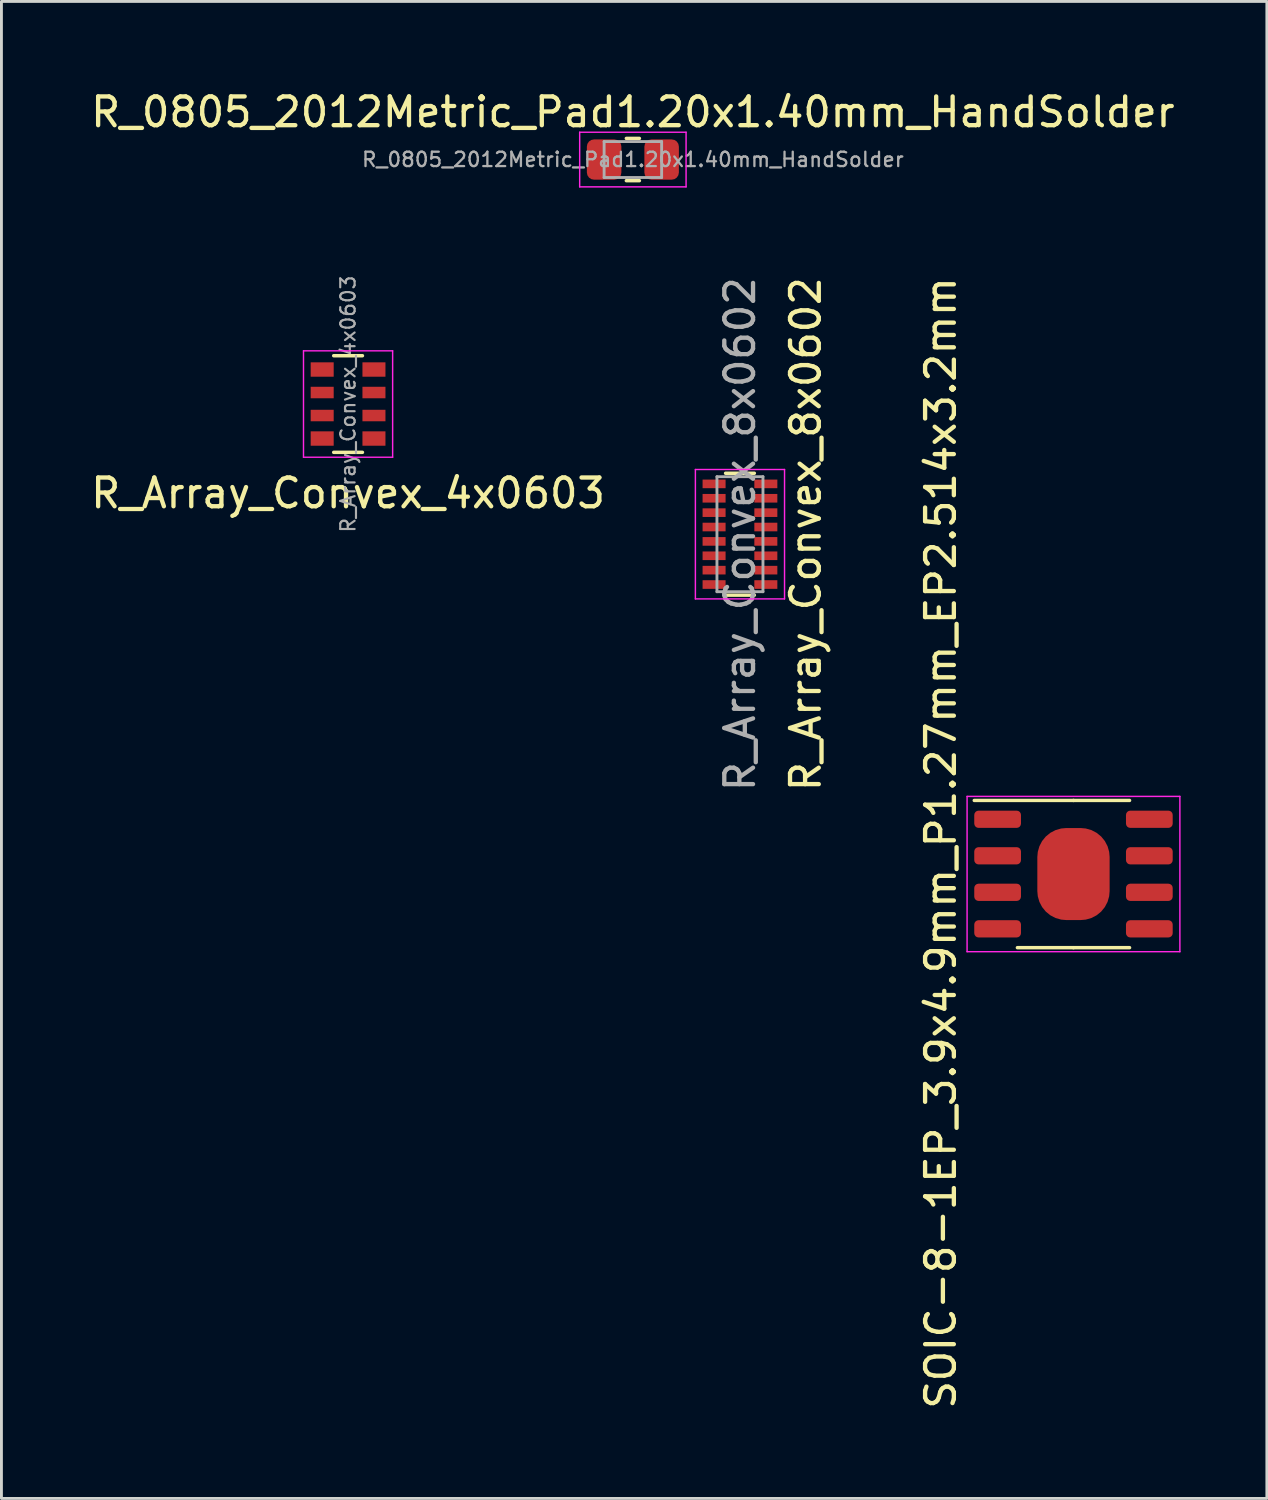
<source format=kicad_pcb>
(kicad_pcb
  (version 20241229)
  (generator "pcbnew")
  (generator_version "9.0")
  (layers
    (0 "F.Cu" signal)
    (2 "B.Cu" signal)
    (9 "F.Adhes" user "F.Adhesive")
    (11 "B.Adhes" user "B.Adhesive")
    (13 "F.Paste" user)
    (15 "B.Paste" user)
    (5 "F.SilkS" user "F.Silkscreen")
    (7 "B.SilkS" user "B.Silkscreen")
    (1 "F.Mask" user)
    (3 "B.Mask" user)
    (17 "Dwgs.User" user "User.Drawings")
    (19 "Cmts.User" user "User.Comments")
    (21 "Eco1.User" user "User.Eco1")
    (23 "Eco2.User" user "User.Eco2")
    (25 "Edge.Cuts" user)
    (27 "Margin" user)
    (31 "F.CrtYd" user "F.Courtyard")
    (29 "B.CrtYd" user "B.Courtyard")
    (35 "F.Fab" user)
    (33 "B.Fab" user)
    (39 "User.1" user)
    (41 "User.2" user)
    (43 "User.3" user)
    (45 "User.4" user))
  (footprint "R_0805_2012Metric_Pad1.20x1.40mm_HandSolder"
    (layer "F.Cu")
    (at 18.958 2.498)
    (property "Reference" "R_0805_2012Metric_Pad1.20x1.40mm_HandSolder" (at 0 -1.65 0) (layer "F.SilkS") (effects (font (size 1 1) (thickness 0.15))))
    (attr smd)
    (fp_line (start -0.227 -0.735) (end 0.227 -0.735) (stroke (width 0.12) (type solid)) (layer "F.SilkS"))
    (fp_line (start -0.227 0.735) (end 0.227 0.735) (stroke (width 0.12) (type solid)) (layer "F.SilkS"))
    (fp_line (start -1.85 -0.95) (end 1.85 -0.95) (stroke (width 0.05) (type solid)) (layer "F.CrtYd"))
    (fp_line (start -1.85 0.95) (end -1.85 -0.95) (stroke (width 0.05) (type solid)) (layer "F.CrtYd"))
    (fp_line (start 1.85 -0.95) (end 1.85 0.95) (stroke (width 0.05) (type solid)) (layer "F.CrtYd"))
    (fp_line (start 1.85 0.95) (end -1.85 0.95) (stroke (width 0.05) (type solid)) (layer "F.CrtYd"))
    (fp_line (start -1 -0.625) (end 1 -0.625) (stroke (width 0.1) (type solid)) (layer "F.Fab"))
    (fp_line (start -1 0.625) (end -1 -0.625) (stroke (width 0.1) (type solid)) (layer "F.Fab"))
    (fp_line (start 1 -0.625) (end 1 0.625) (stroke (width 0.1) (type solid)) (layer "F.Fab"))
    (fp_line (start 1 0.625) (end -1 0.625) (stroke (width 0.1) (type solid)) (layer "F.Fab"))
    (fp_text user "${REFERENCE}" (at 0 0 0) (layer "F.Fab") (effects (font (size 0.5 0.5) (thickness 0.08))))
    (pad "1" smd roundrect (at -1 0 180) (size 1.2 1.4) (layers "F.Cu" "F.Mask" "F.Paste") (roundrect_rratio 0.208))
    (pad "2" smd roundrect (at 1 0 180) (size 1.2 1.4) (layers "F.Cu" "F.Mask" "F.Paste") (roundrect_rratio 0.208)))
  (footprint "R_Array_Convex_4x0603"
    (layer "F.Cu")
    (at 9.054 11)
    (property "Reference" "R_Array_Convex_4x0603" (at 0 3.1 0) (layer "F.SilkS") (effects (font (size 1 1) (thickness 0.15))))
    (attr smd allow_soldermask_bridges)
    (fp_line (start 0.5 -1.68) (end -0.5 -1.68) (stroke (width 0.12) (type solid)) (layer "F.SilkS"))
    (fp_line (start 0.5 1.68) (end -0.5 1.68) (stroke (width 0.12) (type solid)) (layer "F.SilkS"))
    (fp_line (start -1.55 -1.85) (end -1.55 1.85) (stroke (width 0.05) (type solid)) (layer "F.CrtYd"))
    (fp_line (start -1.55 -1.85) (end 1.55 -1.85) (stroke (width 0.05) (type solid)) (layer "F.CrtYd"))
    (fp_line (start 1.55 1.85) (end -1.55 1.85) (stroke (width 0.05) (type solid)) (layer "F.CrtYd"))
    (fp_line (start 1.55 1.85) (end 1.55 -1.85) (stroke (width 0.05) (type solid)) (layer "F.CrtYd"))
    (fp_text user "${REFERENCE}" (at 0 0 90) (layer "F.Fab") (effects (font (size 0.5 0.5) (thickness 0.075))))
    (pad "1" smd rect (at -0.9 -1.2) (size 0.8 0.5) (layers "F.Cu" "F.Mask" "F.Paste"))
    (pad "2" smd rect (at -0.9 -0.4) (size 0.8 0.4) (layers "F.Cu" "F.Mask" "F.Paste"))
    (pad "3" smd rect (at -0.9 0.4) (size 0.8 0.4) (layers "F.Cu" "F.Mask" "F.Paste"))
    (pad "4" smd rect (at -0.9 1.2) (size 0.8 0.5) (layers "F.Cu" "F.Mask" "F.Paste"))
    (pad "5" smd rect (at 0.9 1.2) (size 0.8 0.5) (layers "F.Cu" "F.Mask" "F.Paste"))
    (pad "6" smd rect (at 0.9 0.4) (size 0.8 0.4) (layers "F.Cu" "F.Mask" "F.Paste"))
    (pad "7" smd rect (at 0.9 -0.4) (size 0.8 0.4) (layers "F.Cu" "F.Mask" "F.Paste"))
    (pad "8" smd rect (at 0.9 -1.2) (size 0.8 0.5) (layers "F.Cu" "F.Mask" "F.Paste")))
  (footprint "R_Array_Convex_8x0602"
    (layer "F.Cu")
    (at 22.682 15.527)
    (property "Reference" "R_Array_Convex_8x0602" (at 2.286 0 90) (layer "F.SilkS") (effects (font (size 1 1) (thickness 0.15))))
    (attr smd allow_soldermask_bridges)
    (fp_line (start 0.5 -2.12) (end -0.5 -2.12) (stroke (width 0.12) (type solid)) (layer "F.SilkS"))
    (fp_line (start 0.5 2.12) (end -0.5 2.12) (stroke (width 0.12) (type solid)) (layer "F.SilkS"))
    (fp_line (start -1.55 -2.25) (end -1.55 2.25) (stroke (width 0.05) (type solid)) (layer "F.CrtYd"))
    (fp_line (start -1.55 -2.25) (end 1.55 -2.25) (stroke (width 0.05) (type solid)) (layer "F.CrtYd"))
    (fp_line (start 1.55 2.25) (end -1.55 2.25) (stroke (width 0.05) (type solid)) (layer "F.CrtYd"))
    (fp_line (start 1.55 2.25) (end 1.55 -2.25) (stroke (width 0.05) (type solid)) (layer "F.CrtYd"))
    (fp_line (start -0.8 -2) (end -0.8 2) (stroke (width 0.1) (type solid)) (layer "F.Fab"))
    (fp_line (start -0.8 2) (end 0.8 2) (stroke (width 0.1) (type solid)) (layer "F.Fab"))
    (fp_line (start 0.8 -2) (end -0.8 -2) (stroke (width 0.1) (type solid)) (layer "F.Fab"))
    (fp_line (start 0.8 2) (end 0.8 -2) (stroke (width 0.1) (type solid)) (layer "F.Fab"))
    (fp_text user "${REFERENCE}" (at 0 0 90) (layer "F.Fab") (effects (font (size 1 1) (thickness 0.15))))
    (pad "1" smd rect (at -0.9 -1.75) (size 0.8 0.3) (layers "F.Cu" "F.Mask" "F.Paste"))
    (pad "2" smd rect (at -0.9 -1.25) (size 0.8 0.3) (layers "F.Cu" "F.Mask" "F.Paste"))
    (pad "3" smd rect (at -0.9 -0.75) (size 0.8 0.3) (layers "F.Cu" "F.Mask" "F.Paste"))
    (pad "4" smd rect (at -0.9 -0.25) (size 0.8 0.3) (layers "F.Cu" "F.Mask" "F.Paste"))
    (pad "5" smd rect (at -0.9 0.25) (size 0.8 0.3) (layers "F.Cu" "F.Mask" "F.Paste"))
    (pad "6" smd rect (at -0.9 0.75) (size 0.8 0.3) (layers "F.Cu" "F.Mask" "F.Paste"))
    (pad "7" smd rect (at -0.9 1.25) (size 0.8 0.3) (layers "F.Cu" "F.Mask" "F.Paste"))
    (pad "8" smd rect (at -0.9 1.75) (size 0.8 0.3) (layers "F.Cu" "F.Mask" "F.Paste"))
    (pad "9" smd rect (at 0.9 1.75) (size 0.8 0.3) (layers "F.Cu" "F.Mask" "F.Paste"))
    (pad "10" smd rect (at 0.9 1.25) (size 0.8 0.3) (layers "F.Cu" "F.Mask" "F.Paste"))
    (pad "11" smd rect (at 0.9 0.75) (size 0.8 0.3) (layers "F.Cu" "F.Mask" "F.Paste"))
    (pad "12" smd rect (at 0.9 0.25) (size 0.8 0.3) (layers "F.Cu" "F.Mask" "F.Paste"))
    (pad "13" smd rect (at 0.9 -0.25) (size 0.8 0.3) (layers "F.Cu" "F.Mask" "F.Paste"))
    (pad "14" smd rect (at 0.9 -0.75) (size 0.8 0.3) (layers "F.Cu" "F.Mask" "F.Paste"))
    (pad "15" smd rect (at 0.9 -1.25) (size 0.8 0.3) (layers "F.Cu" "F.Mask" "F.Paste"))
    (pad "16" smd rect (at 0.9 -1.75) (size 0.8 0.3) (layers "F.Cu" "F.Mask" "F.Paste")))
  (footprint "SOIC-8-1EP_3.9x4.9mm_P1.27mm_EP2.514x3.2mm"
    (layer "F.Cu")
    (at 34.28 27.345)
    (property "Reference" "SOIC-8-1EP_3.9x4.9mm_P1.27mm_EP2.514x3.2mm" (at -4.615 -1.08 90) (layer "F.SilkS") (effects (font (size 1 1) (thickness 0.15))))
    (attr smd)
    (fp_line (start 0 -2.56) (end -3.45 -2.56) (stroke (width 0.12) (type solid)) (layer "F.SilkS"))
    (fp_line (start 0 -2.56) (end 1.95 -2.56) (stroke (width 0.12) (type solid)) (layer "F.SilkS"))
    (fp_line (start 0 2.56) (end -1.95 2.56) (stroke (width 0.12) (type solid)) (layer "F.SilkS"))
    (fp_line (start 0 2.56) (end 1.95 2.56) (stroke (width 0.12) (type solid)) (layer "F.SilkS"))
    (fp_line (start -3.7 -2.7) (end -3.7 2.7) (stroke (width 0.05) (type solid)) (layer "F.CrtYd"))
    (fp_line (start -3.7 2.7) (end 3.7 2.7) (stroke (width 0.05) (type solid)) (layer "F.CrtYd"))
    (fp_line (start 3.7 -2.7) (end -3.7 -2.7) (stroke (width 0.05) (type solid)) (layer "F.CrtYd"))
    (fp_line (start 3.7 2.7) (end 3.7 -2.7) (stroke (width 0.05) (type solid)) (layer "F.CrtYd"))
    (pad "1" smd roundrect (at -2.638 -1.905) (size 1.625 0.6) (layers "F.Cu" "F.Mask" "F.Paste") (roundrect_rratio 0.25))
    (pad "2" smd roundrect (at -2.638 -0.635) (size 1.625 0.6) (layers "F.Cu" "F.Mask" "F.Paste") (roundrect_rratio 0.25))
    (pad "3" smd roundrect (at -2.638 0.635) (size 1.625 0.6) (layers "F.Cu" "F.Mask" "F.Paste") (roundrect_rratio 0.25))
    (pad "4" smd roundrect (at -2.638 1.905) (size 1.625 0.6) (layers "F.Cu" "F.Mask" "F.Paste") (roundrect_rratio 0.25))
    (pad "5" smd roundrect (at 2.638 1.905) (size 1.625 0.6) (layers "F.Cu" "F.Mask" "F.Paste") (roundrect_rratio 0.25))
    (pad "6" smd roundrect (at 2.638 0.635) (size 1.625 0.6) (layers "F.Cu" "F.Mask" "F.Paste") (roundrect_rratio 0.25))
    (pad "7" smd roundrect (at 2.638 -0.635) (size 1.625 0.6) (layers "F.Cu" "F.Mask" "F.Paste") (roundrect_rratio 0.25))
    (pad "8" smd roundrect (at 2.638 -1.905) (size 1.625 0.6) (layers "F.Cu" "F.Mask" "F.Paste") (roundrect_rratio 0.25))
    (pad "9" smd roundrect (at 0 0) (size 2.514 3.2) (layers "F.Cu" "F.Mask") (roundrect_rratio 0.4)))
  (gr_rect
    (start -3 -3)
    (end 41.005 49.057)
    (stroke (width 0.1) (type default))
    (fill no)
    (layer "Edge.Cuts")))
</source>
